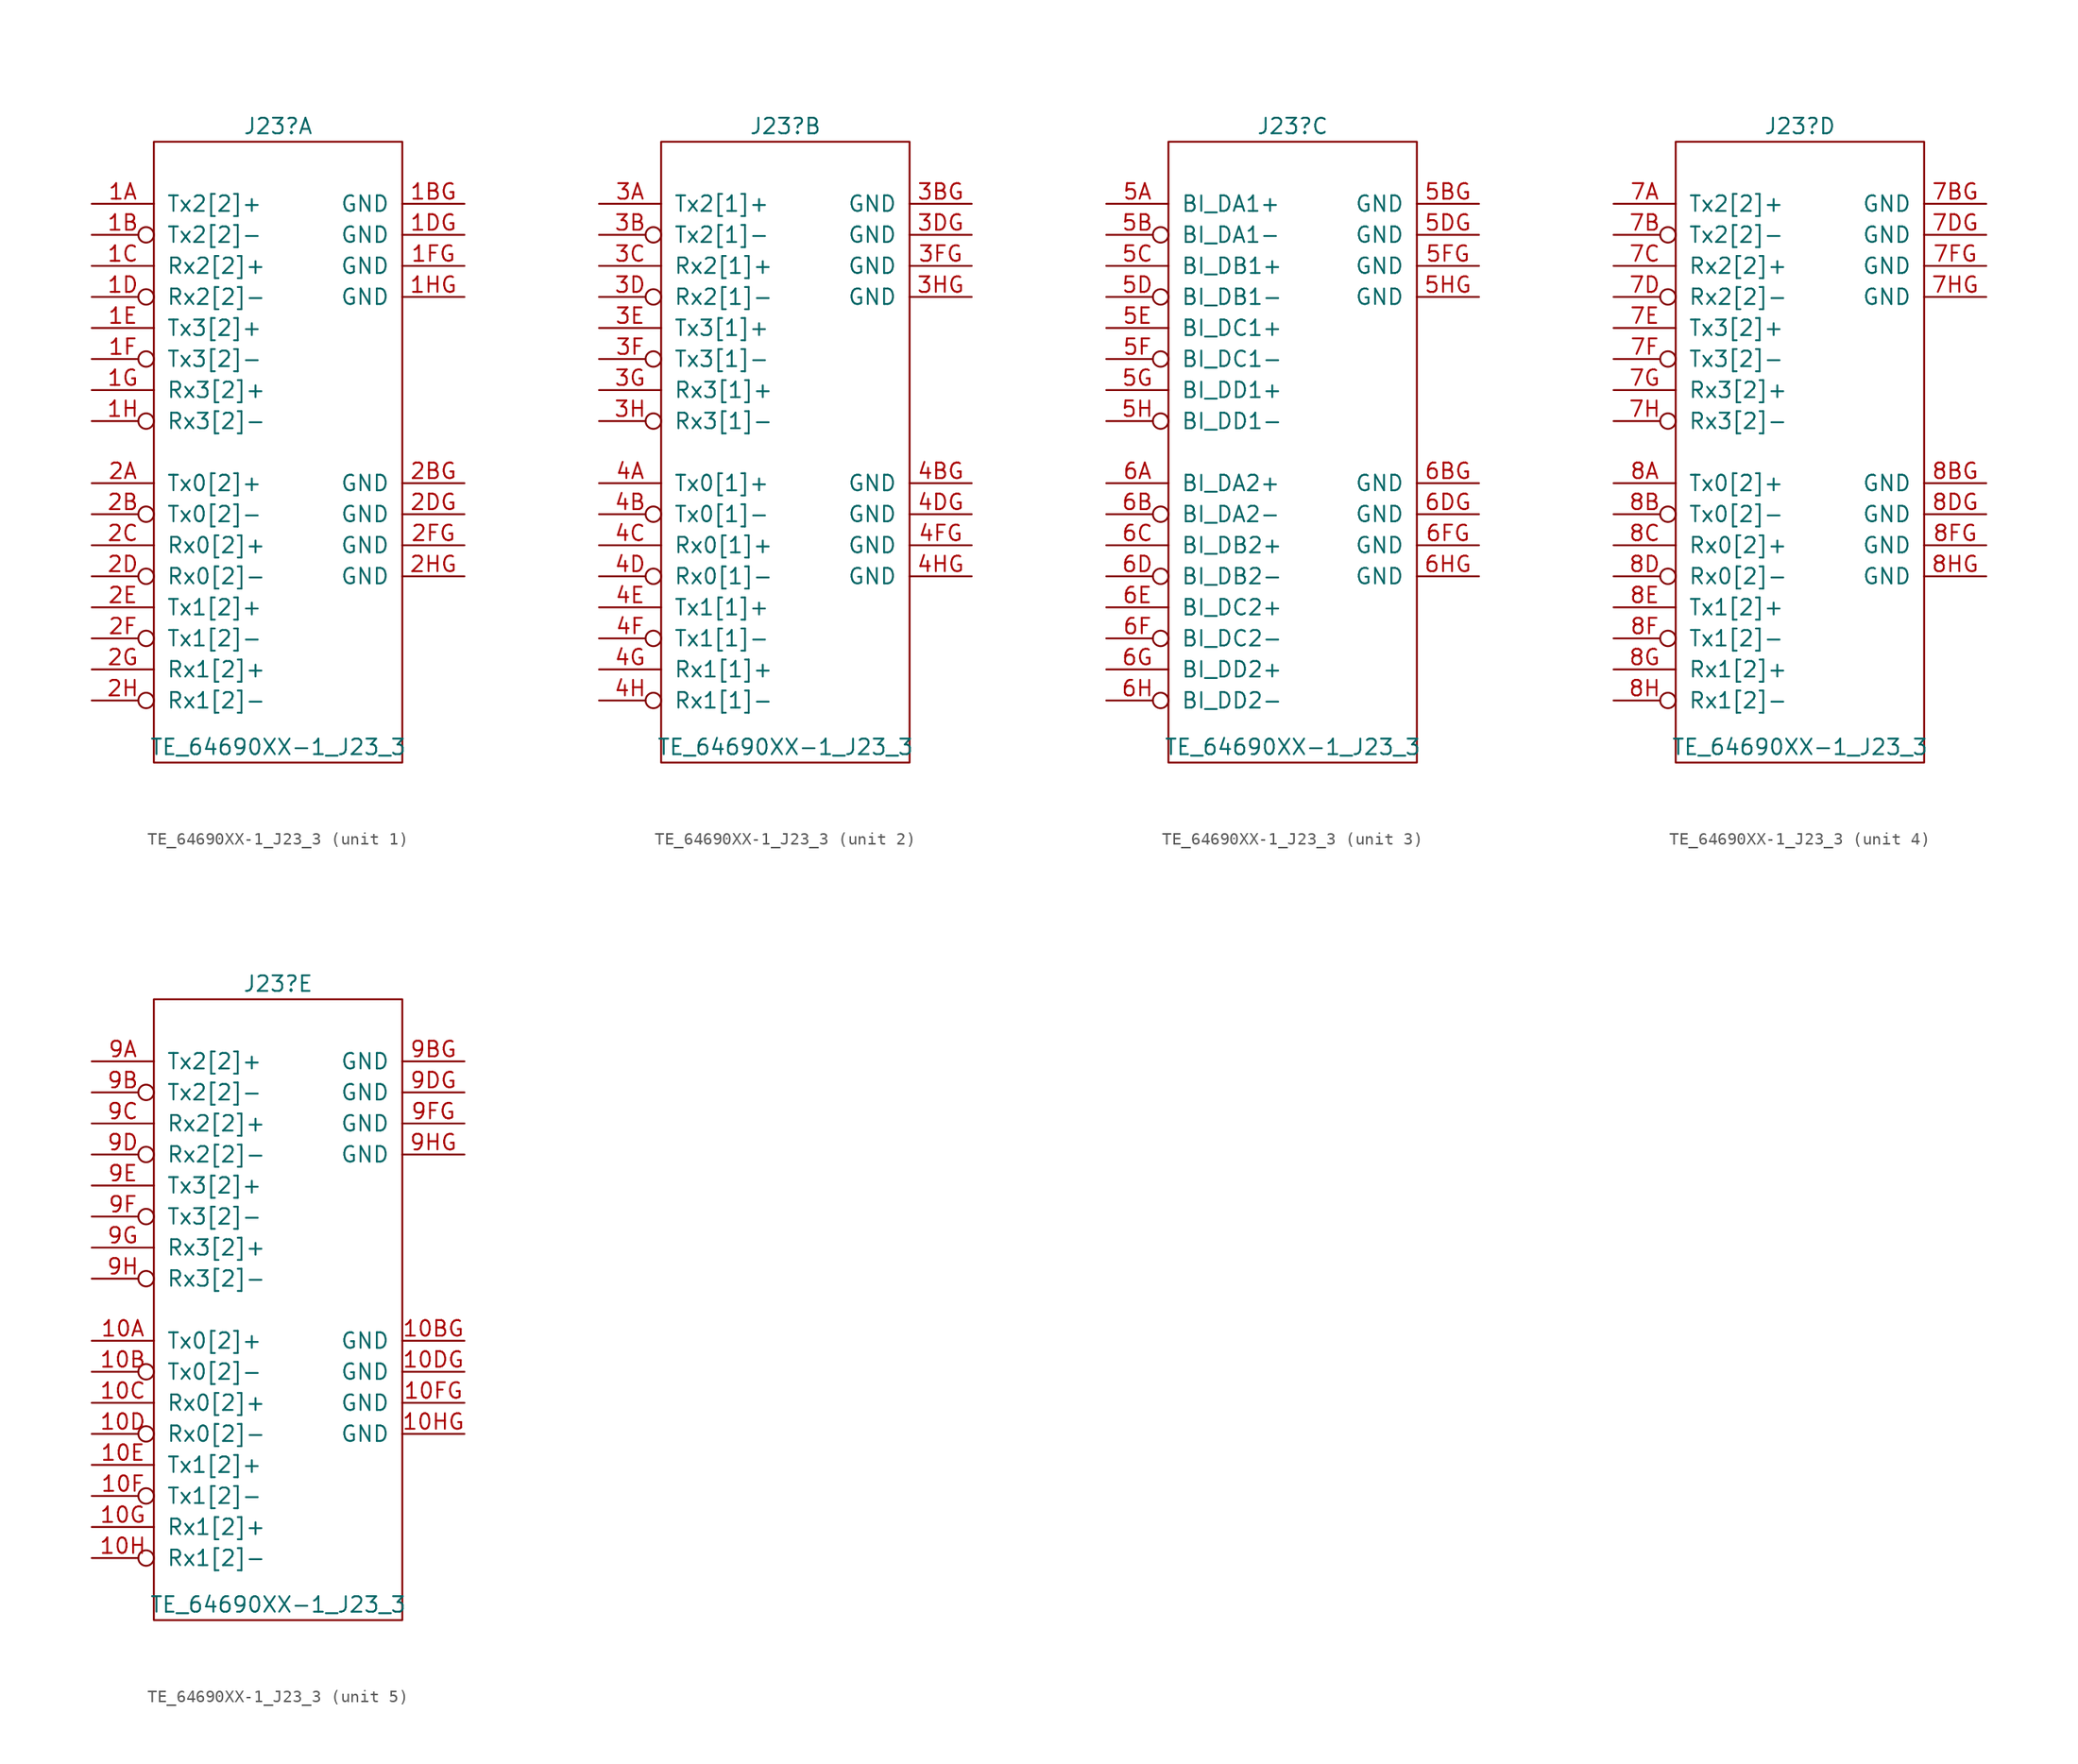
<source format=kicad_sym>
(kicad_symbol_lib
  (version 20220914)
  (generator kicad_symbol_editor)
  (symbol "TE_64690XX-1_J23_3"
    (pin_names
      (offset 1.016))
    (property "Reference" "J23"
      (at 0 26.67 0)
      (effects (font (size 1.27 1.27))))
    (property "Value" "TE_64690XX-1_J23_3"
      (at 0 -24.13 0)
      (effects (font (size 1.27 1.27))))
    (property "ki_locked" ""
      (at 0 0 0)
      (effects (font (size 1.27 1.27))))
    (symbol "TE_64690XX-1_J23_3_1_1"
      (rectangle (start -10.16 25.4) (end 10.16 -25.4) (stroke (width 0) (type default)) (fill (type none)))
      (pin bidirectional line (at -15.24 20.32 0) (length 5.08) (name "Tx2[2]+" (effects (font (size 1.27 1.27)))) (number "1A" (effects (font (size 1.27 1.27)))))
      (pin bidirectional inverted (at -15.24 17.78 0) (length 5.08) (name "Tx2[2]-" (effects (font (size 1.27 1.27)))) (number "1B" (effects (font (size 1.27 1.27)))))
      (pin passive line (at 15.24 20.32 180) (length 5.08) (name "GND" (effects (font (size 1.27 1.27)))) (number "1BG" (effects (font (size 1.27 1.27)))))
      (pin bidirectional line (at -15.24 15.24 0) (length 5.08) (name "Rx2[2]+" (effects (font (size 1.27 1.27)))) (number "1C" (effects (font (size 1.27 1.27)))))
      (pin bidirectional inverted (at -15.24 12.7 0) (length 5.08) (name "Rx2[2]-" (effects (font (size 1.27 1.27)))) (number "1D" (effects (font (size 1.27 1.27)))))
      (pin passive line (at 15.24 17.78 180) (length 5.08) (name "GND" (effects (font (size 1.27 1.27)))) (number "1DG" (effects (font (size 1.27 1.27)))))
      (pin bidirectional line (at -15.24 10.16 0) (length 5.08) (name "Tx3[2]+" (effects (font (size 1.27 1.27)))) (number "1E" (effects (font (size 1.27 1.27)))))
      (pin bidirectional inverted (at -15.24 7.62 0) (length 5.08) (name "Tx3[2]-" (effects (font (size 1.27 1.27)))) (number "1F" (effects (font (size 1.27 1.27)))))
      (pin passive line (at 15.24 15.24 180) (length 5.08) (name "GND" (effects (font (size 1.27 1.27)))) (number "1FG" (effects (font (size 1.27 1.27)))))
      (pin bidirectional line (at -15.24 5.08 0) (length 5.08) (name "Rx3[2]+" (effects (font (size 1.27 1.27)))) (number "1G" (effects (font (size 1.27 1.27)))))
      (pin bidirectional inverted (at -15.24 2.54 0) (length 5.08) (name "Rx3[2]-" (effects (font (size 1.27 1.27)))) (number "1H" (effects (font (size 1.27 1.27)))))
      (pin passive line (at 15.24 12.7 180) (length 5.08) (name "GND" (effects (font (size 1.27 1.27)))) (number "1HG" (effects (font (size 1.27 1.27)))))
      (pin bidirectional line (at -15.24 -2.54 0) (length 5.08) (name "Tx0[2]+" (effects (font (size 1.27 1.27)))) (number "2A" (effects (font (size 1.27 1.27)))))
      (pin bidirectional inverted (at -15.24 -5.08 0) (length 5.08) (name "Tx0[2]-" (effects (font (size 1.27 1.27)))) (number "2B" (effects (font (size 1.27 1.27)))))
      (pin passive line (at 15.24 -2.54 180) (length 5.08) (name "GND" (effects (font (size 1.27 1.27)))) (number "2BG" (effects (font (size 1.27 1.27)))))
      (pin bidirectional line (at -15.24 -7.62 0) (length 5.08) (name "Rx0[2]+" (effects (font (size 1.27 1.27)))) (number "2C" (effects (font (size 1.27 1.27)))))
      (pin bidirectional inverted (at -15.24 -10.16 0) (length 5.08) (name "Rx0[2]-" (effects (font (size 1.27 1.27)))) (number "2D" (effects (font (size 1.27 1.27)))))
      (pin passive line (at 15.24 -5.08 180) (length 5.08) (name "GND" (effects (font (size 1.27 1.27)))) (number "2DG" (effects (font (size 1.27 1.27)))))
      (pin bidirectional line (at -15.24 -12.7 0) (length 5.08) (name "Tx1[2]+" (effects (font (size 1.27 1.27)))) (number "2E" (effects (font (size 1.27 1.27)))))
      (pin bidirectional inverted (at -15.24 -15.24 0) (length 5.08) (name "Tx1[2]-" (effects (font (size 1.27 1.27)))) (number "2F" (effects (font (size 1.27 1.27)))))
      (pin passive line (at 15.24 -7.62 180) (length 5.08) (name "GND" (effects (font (size 1.27 1.27)))) (number "2FG" (effects (font (size 1.27 1.27)))))
      (pin bidirectional line (at -15.24 -17.78 0) (length 5.08) (name "Rx1[2]+" (effects (font (size 1.27 1.27)))) (number "2G" (effects (font (size 1.27 1.27)))))
      (pin bidirectional inverted (at -15.24 -20.32 0) (length 5.08) (name "Rx1[2]-" (effects (font (size 1.27 1.27)))) (number "2H" (effects (font (size 1.27 1.27)))))
      (pin passive line (at 15.24 -10.16 180) (length 5.08) (name "GND" (effects (font (size 1.27 1.27)))) (number "2HG" (effects (font (size 1.27 1.27))))))
    (symbol "TE_64690XX-1_J23_3_2_1"
      (rectangle (start -10.16 25.4) (end 10.16 -25.4) (stroke (width 0) (type default)) (fill (type none)))
      (pin bidirectional line (at -15.24 20.32 0) (length 5.08) (name "Tx2[1]+" (effects (font (size 1.27 1.27)))) (number "3A" (effects (font (size 1.27 1.27)))))
      (pin bidirectional inverted (at -15.24 17.78 0) (length 5.08) (name "Tx2[1]-" (effects (font (size 1.27 1.27)))) (number "3B" (effects (font (size 1.27 1.27)))))
      (pin passive line (at 15.24 20.32 180) (length 5.08) (name "GND" (effects (font (size 1.27 1.27)))) (number "3BG" (effects (font (size 1.27 1.27)))))
      (pin bidirectional line (at -15.24 15.24 0) (length 5.08) (name "Rx2[1]+" (effects (font (size 1.27 1.27)))) (number "3C" (effects (font (size 1.27 1.27)))))
      (pin bidirectional inverted (at -15.24 12.7 0) (length 5.08) (name "Rx2[1]-" (effects (font (size 1.27 1.27)))) (number "3D" (effects (font (size 1.27 1.27)))))
      (pin passive line (at 15.24 17.78 180) (length 5.08) (name "GND" (effects (font (size 1.27 1.27)))) (number "3DG" (effects (font (size 1.27 1.27)))))
      (pin bidirectional line (at -15.24 10.16 0) (length 5.08) (name "Tx3[1]+" (effects (font (size 1.27 1.27)))) (number "3E" (effects (font (size 1.27 1.27)))))
      (pin bidirectional inverted (at -15.24 7.62 0) (length 5.08) (name "Tx3[1]-" (effects (font (size 1.27 1.27)))) (number "3F" (effects (font (size 1.27 1.27)))))
      (pin passive line (at 15.24 15.24 180) (length 5.08) (name "GND" (effects (font (size 1.27 1.27)))) (number "3FG" (effects (font (size 1.27 1.27)))))
      (pin bidirectional line (at -15.24 5.08 0) (length 5.08) (name "Rx3[1]+" (effects (font (size 1.27 1.27)))) (number "3G" (effects (font (size 1.27 1.27)))))
      (pin bidirectional inverted (at -15.24 2.54 0) (length 5.08) (name "Rx3[1]-" (effects (font (size 1.27 1.27)))) (number "3H" (effects (font (size 1.27 1.27)))))
      (pin passive line (at 15.24 12.7 180) (length 5.08) (name "GND" (effects (font (size 1.27 1.27)))) (number "3HG" (effects (font (size 1.27 1.27)))))
      (pin bidirectional line (at -15.24 -2.54 0) (length 5.08) (name "Tx0[1]+" (effects (font (size 1.27 1.27)))) (number "4A" (effects (font (size 1.27 1.27)))))
      (pin bidirectional inverted (at -15.24 -5.08 0) (length 5.08) (name "Tx0[1]-" (effects (font (size 1.27 1.27)))) (number "4B" (effects (font (size 1.27 1.27)))))
      (pin passive line (at 15.24 -2.54 180) (length 5.08) (name "GND" (effects (font (size 1.27 1.27)))) (number "4BG" (effects (font (size 1.27 1.27)))))
      (pin bidirectional line (at -15.24 -7.62 0) (length 5.08) (name "Rx0[1]+" (effects (font (size 1.27 1.27)))) (number "4C" (effects (font (size 1.27 1.27)))))
      (pin bidirectional inverted (at -15.24 -10.16 0) (length 5.08) (name "Rx0[1]-" (effects (font (size 1.27 1.27)))) (number "4D" (effects (font (size 1.27 1.27)))))
      (pin passive line (at 15.24 -5.08 180) (length 5.08) (name "GND" (effects (font (size 1.27 1.27)))) (number "4DG" (effects (font (size 1.27 1.27)))))
      (pin bidirectional line (at -15.24 -12.7 0) (length 5.08) (name "Tx1[1]+" (effects (font (size 1.27 1.27)))) (number "4E" (effects (font (size 1.27 1.27)))))
      (pin bidirectional inverted (at -15.24 -15.24 0) (length 5.08) (name "Tx1[1]-" (effects (font (size 1.27 1.27)))) (number "4F" (effects (font (size 1.27 1.27)))))
      (pin passive line (at 15.24 -7.62 180) (length 5.08) (name "GND" (effects (font (size 1.27 1.27)))) (number "4FG" (effects (font (size 1.27 1.27)))))
      (pin bidirectional line (at -15.24 -17.78 0) (length 5.08) (name "Rx1[1]+" (effects (font (size 1.27 1.27)))) (number "4G" (effects (font (size 1.27 1.27)))))
      (pin bidirectional inverted (at -15.24 -20.32 0) (length 5.08) (name "Rx1[1]-" (effects (font (size 1.27 1.27)))) (number "4H" (effects (font (size 1.27 1.27)))))
      (pin passive line (at 15.24 -10.16 180) (length 5.08) (name "GND" (effects (font (size 1.27 1.27)))) (number "4HG" (effects (font (size 1.27 1.27))))))
    (symbol "TE_64690XX-1_J23_3_3_1"
      (rectangle (start -10.16 25.4) (end 10.16 -25.4) (stroke (width 0) (type default)) (fill (type none)))
      (pin bidirectional line (at -15.24 20.32 0) (length 5.08) (name "BI_DA1+" (effects (font (size 1.27 1.27)))) (number "5A" (effects (font (size 1.27 1.27)))))
      (pin bidirectional inverted (at -15.24 17.78 0) (length 5.08) (name "BI_DA1-" (effects (font (size 1.27 1.27)))) (number "5B" (effects (font (size 1.27 1.27)))))
      (pin passive line (at 15.24 20.32 180) (length 5.08) (name "GND" (effects (font (size 1.27 1.27)))) (number "5BG" (effects (font (size 1.27 1.27)))))
      (pin bidirectional line (at -15.24 15.24 0) (length 5.08) (name "BI_DB1+" (effects (font (size 1.27 1.27)))) (number "5C" (effects (font (size 1.27 1.27)))))
      (pin bidirectional inverted (at -15.24 12.7 0) (length 5.08) (name "BI_DB1-" (effects (font (size 1.27 1.27)))) (number "5D" (effects (font (size 1.27 1.27)))))
      (pin passive line (at 15.24 17.78 180) (length 5.08) (name "GND" (effects (font (size 1.27 1.27)))) (number "5DG" (effects (font (size 1.27 1.27)))))
      (pin bidirectional line (at -15.24 10.16 0) (length 5.08) (name "BI_DC1+" (effects (font (size 1.27 1.27)))) (number "5E" (effects (font (size 1.27 1.27)))))
      (pin bidirectional inverted (at -15.24 7.62 0) (length 5.08) (name "BI_DC1-" (effects (font (size 1.27 1.27)))) (number "5F" (effects (font (size 1.27 1.27)))))
      (pin passive line (at 15.24 15.24 180) (length 5.08) (name "GND" (effects (font (size 1.27 1.27)))) (number "5FG" (effects (font (size 1.27 1.27)))))
      (pin bidirectional line (at -15.24 5.08 0) (length 5.08) (name "BI_DD1+" (effects (font (size 1.27 1.27)))) (number "5G" (effects (font (size 1.27 1.27)))))
      (pin bidirectional inverted (at -15.24 2.54 0) (length 5.08) (name "BI_DD1-" (effects (font (size 1.27 1.27)))) (number "5H" (effects (font (size 1.27 1.27)))))
      (pin passive line (at 15.24 12.7 180) (length 5.08) (name "GND" (effects (font (size 1.27 1.27)))) (number "5HG" (effects (font (size 1.27 1.27)))))
      (pin bidirectional line (at -15.24 -2.54 0) (length 5.08) (name "BI_DA2+" (effects (font (size 1.27 1.27)))) (number "6A" (effects (font (size 1.27 1.27)))))
      (pin bidirectional inverted (at -15.24 -5.08 0) (length 5.08) (name "BI_DA2-" (effects (font (size 1.27 1.27)))) (number "6B" (effects (font (size 1.27 1.27)))))
      (pin passive line (at 15.24 -2.54 180) (length 5.08) (name "GND" (effects (font (size 1.27 1.27)))) (number "6BG" (effects (font (size 1.27 1.27)))))
      (pin bidirectional line (at -15.24 -7.62 0) (length 5.08) (name "BI_DB2+" (effects (font (size 1.27 1.27)))) (number "6C" (effects (font (size 1.27 1.27)))))
      (pin bidirectional inverted (at -15.24 -10.16 0) (length 5.08) (name "BI_DB2-" (effects (font (size 1.27 1.27)))) (number "6D" (effects (font (size 1.27 1.27)))))
      (pin passive line (at 15.24 -5.08 180) (length 5.08) (name "GND" (effects (font (size 1.27 1.27)))) (number "6DG" (effects (font (size 1.27 1.27)))))
      (pin bidirectional line (at -15.24 -12.7 0) (length 5.08) (name "BI_DC2+" (effects (font (size 1.27 1.27)))) (number "6E" (effects (font (size 1.27 1.27)))))
      (pin bidirectional inverted (at -15.24 -15.24 0) (length 5.08) (name "BI_DC2-" (effects (font (size 1.27 1.27)))) (number "6F" (effects (font (size 1.27 1.27)))))
      (pin passive line (at 15.24 -7.62 180) (length 5.08) (name "GND" (effects (font (size 1.27 1.27)))) (number "6FG" (effects (font (size 1.27 1.27)))))
      (pin bidirectional line (at -15.24 -17.78 0) (length 5.08) (name "BI_DD2+" (effects (font (size 1.27 1.27)))) (number "6G" (effects (font (size 1.27 1.27)))))
      (pin bidirectional inverted (at -15.24 -20.32 0) (length 5.08) (name "BI_DD2-" (effects (font (size 1.27 1.27)))) (number "6H" (effects (font (size 1.27 1.27)))))
      (pin passive line (at 15.24 -10.16 180) (length 5.08) (name "GND" (effects (font (size 1.27 1.27)))) (number "6HG" (effects (font (size 1.27 1.27))))))
    (symbol "TE_64690XX-1_J23_3_4_1"
      (rectangle (start -10.16 25.4) (end 10.16 -25.4) (stroke (width 0) (type default)) (fill (type none)))
      (pin bidirectional line (at -15.24 20.32 0) (length 5.08) (name "Tx2[2]+" (effects (font (size 1.27 1.27)))) (number "7A" (effects (font (size 1.27 1.27)))))
      (pin bidirectional inverted (at -15.24 17.78 0) (length 5.08) (name "Tx2[2]-" (effects (font (size 1.27 1.27)))) (number "7B" (effects (font (size 1.27 1.27)))))
      (pin passive line (at 15.24 20.32 180) (length 5.08) (name "GND" (effects (font (size 1.27 1.27)))) (number "7BG" (effects (font (size 1.27 1.27)))))
      (pin bidirectional line (at -15.24 15.24 0) (length 5.08) (name "Rx2[2]+" (effects (font (size 1.27 1.27)))) (number "7C" (effects (font (size 1.27 1.27)))))
      (pin bidirectional inverted (at -15.24 12.7 0) (length 5.08) (name "Rx2[2]-" (effects (font (size 1.27 1.27)))) (number "7D" (effects (font (size 1.27 1.27)))))
      (pin passive line (at 15.24 17.78 180) (length 5.08) (name "GND" (effects (font (size 1.27 1.27)))) (number "7DG" (effects (font (size 1.27 1.27)))))
      (pin bidirectional line (at -15.24 10.16 0) (length 5.08) (name "Tx3[2]+" (effects (font (size 1.27 1.27)))) (number "7E" (effects (font (size 1.27 1.27)))))
      (pin bidirectional inverted (at -15.24 7.62 0) (length 5.08) (name "Tx3[2]-" (effects (font (size 1.27 1.27)))) (number "7F" (effects (font (size 1.27 1.27)))))
      (pin passive line (at 15.24 15.24 180) (length 5.08) (name "GND" (effects (font (size 1.27 1.27)))) (number "7FG" (effects (font (size 1.27 1.27)))))
      (pin bidirectional line (at -15.24 5.08 0) (length 5.08) (name "Rx3[2]+" (effects (font (size 1.27 1.27)))) (number "7G" (effects (font (size 1.27 1.27)))))
      (pin bidirectional inverted (at -15.24 2.54 0) (length 5.08) (name "Rx3[2]-" (effects (font (size 1.27 1.27)))) (number "7H" (effects (font (size 1.27 1.27)))))
      (pin passive line (at 15.24 12.7 180) (length 5.08) (name "GND" (effects (font (size 1.27 1.27)))) (number "7HG" (effects (font (size 1.27 1.27)))))
      (pin bidirectional line (at -15.24 -2.54 0) (length 5.08) (name "Tx0[2]+" (effects (font (size 1.27 1.27)))) (number "8A" (effects (font (size 1.27 1.27)))))
      (pin bidirectional inverted (at -15.24 -5.08 0) (length 5.08) (name "Tx0[2]-" (effects (font (size 1.27 1.27)))) (number "8B" (effects (font (size 1.27 1.27)))))
      (pin passive line (at 15.24 -2.54 180) (length 5.08) (name "GND" (effects (font (size 1.27 1.27)))) (number "8BG" (effects (font (size 1.27 1.27)))))
      (pin bidirectional line (at -15.24 -7.62 0) (length 5.08) (name "Rx0[2]+" (effects (font (size 1.27 1.27)))) (number "8C" (effects (font (size 1.27 1.27)))))
      (pin bidirectional inverted (at -15.24 -10.16 0) (length 5.08) (name "Rx0[2]-" (effects (font (size 1.27 1.27)))) (number "8D" (effects (font (size 1.27 1.27)))))
      (pin passive line (at 15.24 -5.08 180) (length 5.08) (name "GND" (effects (font (size 1.27 1.27)))) (number "8DG" (effects (font (size 1.27 1.27)))))
      (pin bidirectional line (at -15.24 -12.7 0) (length 5.08) (name "Tx1[2]+" (effects (font (size 1.27 1.27)))) (number "8E" (effects (font (size 1.27 1.27)))))
      (pin bidirectional inverted (at -15.24 -15.24 0) (length 5.08) (name "Tx1[2]-" (effects (font (size 1.27 1.27)))) (number "8F" (effects (font (size 1.27 1.27)))))
      (pin passive line (at 15.24 -7.62 180) (length 5.08) (name "GND" (effects (font (size 1.27 1.27)))) (number "8FG" (effects (font (size 1.27 1.27)))))
      (pin bidirectional line (at -15.24 -17.78 0) (length 5.08) (name "Rx1[2]+" (effects (font (size 1.27 1.27)))) (number "8G" (effects (font (size 1.27 1.27)))))
      (pin bidirectional inverted (at -15.24 -20.32 0) (length 5.08) (name "Rx1[2]-" (effects (font (size 1.27 1.27)))) (number "8H" (effects (font (size 1.27 1.27)))))
      (pin passive line (at 15.24 -10.16 180) (length 5.08) (name "GND" (effects (font (size 1.27 1.27)))) (number "8HG" (effects (font (size 1.27 1.27))))))
    (symbol "TE_64690XX-1_J23_3_5_1"
      (rectangle (start -10.16 25.4) (end 10.16 -25.4) (stroke (width 0) (type default)) (fill (type none)))
      (pin bidirectional line (at -15.24 -2.54 0) (length 5.08) (name "Tx0[2]+" (effects (font (size 1.27 1.27)))) (number "10A" (effects (font (size 1.27 1.27)))))
      (pin bidirectional inverted (at -15.24 -5.08 0) (length 5.08) (name "Tx0[2]-" (effects (font (size 1.27 1.27)))) (number "10B" (effects (font (size 1.27 1.27)))))
      (pin passive line (at 15.24 -2.54 180) (length 5.08) (name "GND" (effects (font (size 1.27 1.27)))) (number "10BG" (effects (font (size 1.27 1.27)))))
      (pin bidirectional line (at -15.24 -7.62 0) (length 5.08) (name "Rx0[2]+" (effects (font (size 1.27 1.27)))) (number "10C" (effects (font (size 1.27 1.27)))))
      (pin bidirectional inverted (at -15.24 -10.16 0) (length 5.08) (name "Rx0[2]-" (effects (font (size 1.27 1.27)))) (number "10D" (effects (font (size 1.27 1.27)))))
      (pin passive line (at 15.24 -5.08 180) (length 5.08) (name "GND" (effects (font (size 1.27 1.27)))) (number "10DG" (effects (font (size 1.27 1.27)))))
      (pin bidirectional line (at -15.24 -12.7 0) (length 5.08) (name "Tx1[2]+" (effects (font (size 1.27 1.27)))) (number "10E" (effects (font (size 1.27 1.27)))))
      (pin bidirectional inverted (at -15.24 -15.24 0) (length 5.08) (name "Tx1[2]-" (effects (font (size 1.27 1.27)))) (number "10F" (effects (font (size 1.27 1.27)))))
      (pin passive line (at 15.24 -7.62 180) (length 5.08) (name "GND" (effects (font (size 1.27 1.27)))) (number "10FG" (effects (font (size 1.27 1.27)))))
      (pin bidirectional line (at -15.24 -17.78 0) (length 5.08) (name "Rx1[2]+" (effects (font (size 1.27 1.27)))) (number "10G" (effects (font (size 1.27 1.27)))))
      (pin bidirectional inverted (at -15.24 -20.32 0) (length 5.08) (name "Rx1[2]-" (effects (font (size 1.27 1.27)))) (number "10H" (effects (font (size 1.27 1.27)))))
      (pin passive line (at 15.24 -10.16 180) (length 5.08) (name "GND" (effects (font (size 1.27 1.27)))) (number "10HG" (effects (font (size 1.27 1.27)))))
      (pin bidirectional line (at -15.24 20.32 0) (length 5.08) (name "Tx2[2]+" (effects (font (size 1.27 1.27)))) (number "9A" (effects (font (size 1.27 1.27)))))
      (pin bidirectional inverted (at -15.24 17.78 0) (length 5.08) (name "Tx2[2]-" (effects (font (size 1.27 1.27)))) (number "9B" (effects (font (size 1.27 1.27)))))
      (pin passive line (at 15.24 20.32 180) (length 5.08) (name "GND" (effects (font (size 1.27 1.27)))) (number "9BG" (effects (font (size 1.27 1.27)))))
      (pin bidirectional line (at -15.24 15.24 0) (length 5.08) (name "Rx2[2]+" (effects (font (size 1.27 1.27)))) (number "9C" (effects (font (size 1.27 1.27)))))
      (pin bidirectional inverted (at -15.24 12.7 0) (length 5.08) (name "Rx2[2]-" (effects (font (size 1.27 1.27)))) (number "9D" (effects (font (size 1.27 1.27)))))
      (pin passive line (at 15.24 17.78 180) (length 5.08) (name "GND" (effects (font (size 1.27 1.27)))) (number "9DG" (effects (font (size 1.27 1.27)))))
      (pin bidirectional line (at -15.24 10.16 0) (length 5.08) (name "Tx3[2]+" (effects (font (size 1.27 1.27)))) (number "9E" (effects (font (size 1.27 1.27)))))
      (pin bidirectional inverted (at -15.24 7.62 0) (length 5.08) (name "Tx3[2]-" (effects (font (size 1.27 1.27)))) (number "9F" (effects (font (size 1.27 1.27)))))
      (pin passive line (at 15.24 15.24 180) (length 5.08) (name "GND" (effects (font (size 1.27 1.27)))) (number "9FG" (effects (font (size 1.27 1.27)))))
      (pin bidirectional line (at -15.24 5.08 0) (length 5.08) (name "Rx3[2]+" (effects (font (size 1.27 1.27)))) (number "9G" (effects (font (size 1.27 1.27)))))
      (pin bidirectional inverted (at -15.24 2.54 0) (length 5.08) (name "Rx3[2]-" (effects (font (size 1.27 1.27)))) (number "9H" (effects (font (size 1.27 1.27)))))
      (pin passive line (at 15.24 12.7 180) (length 5.08) (name "GND" (effects (font (size 1.27 1.27)))) (number "9HG" (effects (font (size 1.27 1.27))))))))
</source>
